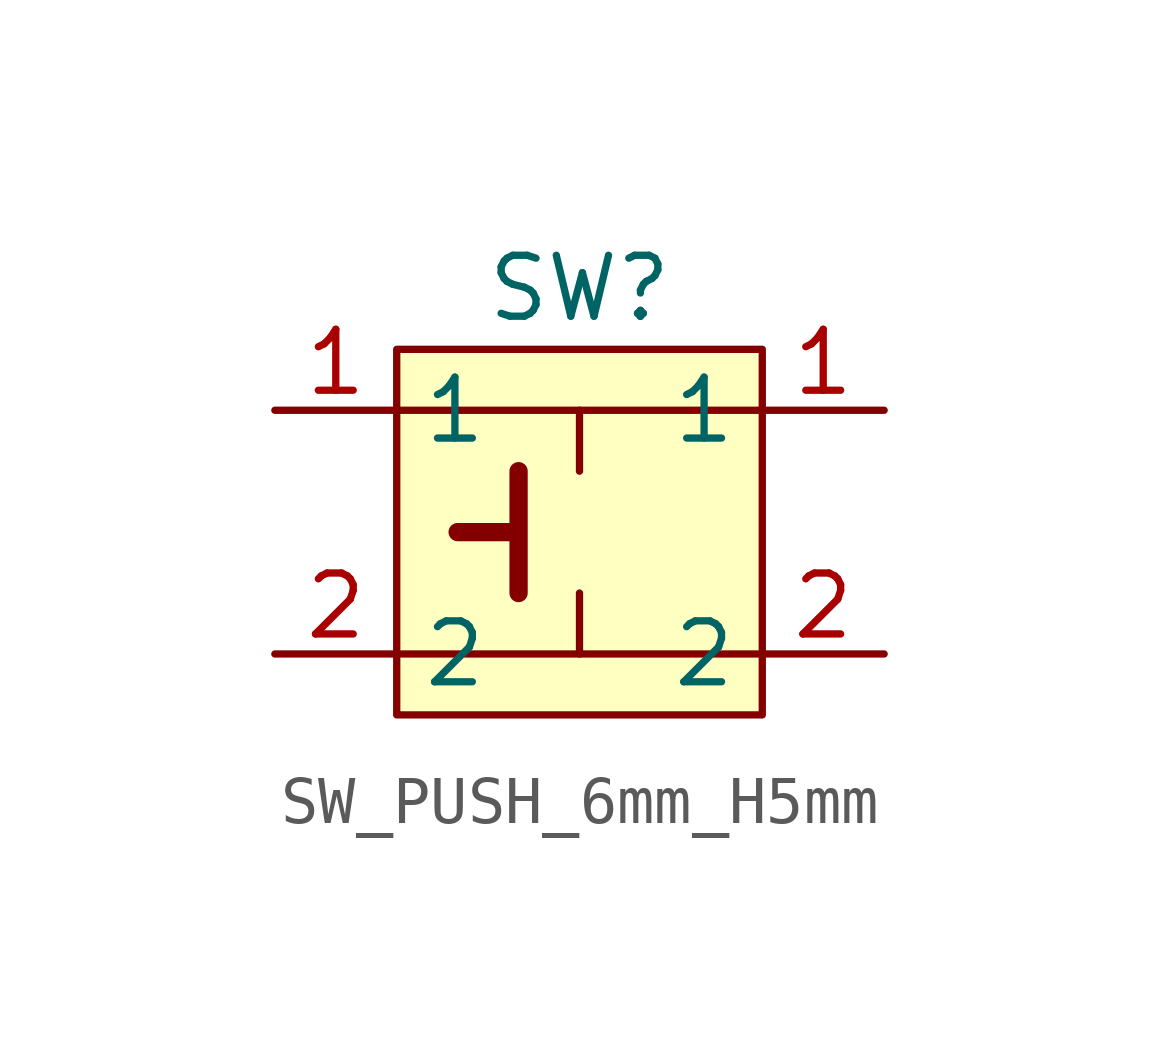
<source format=kicad_sym>
(kicad_symbol_lib
  (version 20231120)
  (generator "kicad_symbol_editor")
  (generator_version "8.0")
  (symbol "SW_PUSH_6mm_H5mm"
    (property "Reference" "SW"
      (at 0 3.81 0)
      (effects (font (size 1.27 1.27))))
    (property "Value" ""
      (at 0 0 0)
      (effects (font (size 1.27 1.27))))
    (symbol "SW_PUSH_6mm_H5mm_0_1"
      (polyline (pts (xy -3.81 -3.81) (xy 3.81 -3.81)) (stroke (width 0) (type default)) (fill (type none)))
      (polyline (pts (xy -3.81 1.27) (xy 3.81 1.27)) (stroke (width 0) (type default)) (fill (type none)))
      (polyline (pts (xy 0 -3.81) (xy 0 -2.54)) (stroke (width 0) (type default)) (fill (type none)))
      (polyline (pts (xy 0 1.27) (xy 0 0)) (stroke (width 0) (type default)) (fill (type none))))
    (symbol "SW_PUSH_6mm_H5mm_1_1"
      (rectangle (start -3.81 2.54) (end 3.81 -5.08) (stroke (width 0) (type default)) (fill (type background)))
      (polyline (pts (xy -2.54 -1.27) (xy -1.27 -1.27) (xy -1.27 0) (xy -1.27 -2.54)) (stroke (width 0.381) (type default)) (fill (type none)))
      (pin passive line (at -6.35 1.27 0) (length 2.54) (name "1" (effects (font (size 1.27 1.27)))) (number "1" (effects (font (size 1.27 1.27)))))
      (pin passive line (at 6.35 1.27 180) (length 2.54) (name "1" (effects (font (size 1.27 1.27)))) (number "1" (effects (font (size 1.27 1.27)))))
      (pin passive line (at -6.35 -3.81 0) (length 2.54) (name "2" (effects (font (size 1.27 1.27)))) (number "2" (effects (font (size 1.27 1.27)))))
      (pin passive line (at 6.35 -3.81 180) (length 2.54) (name "2" (effects (font (size 1.27 1.27)))) (number "2" (effects (font (size 1.27 1.27))))))))
</source>
